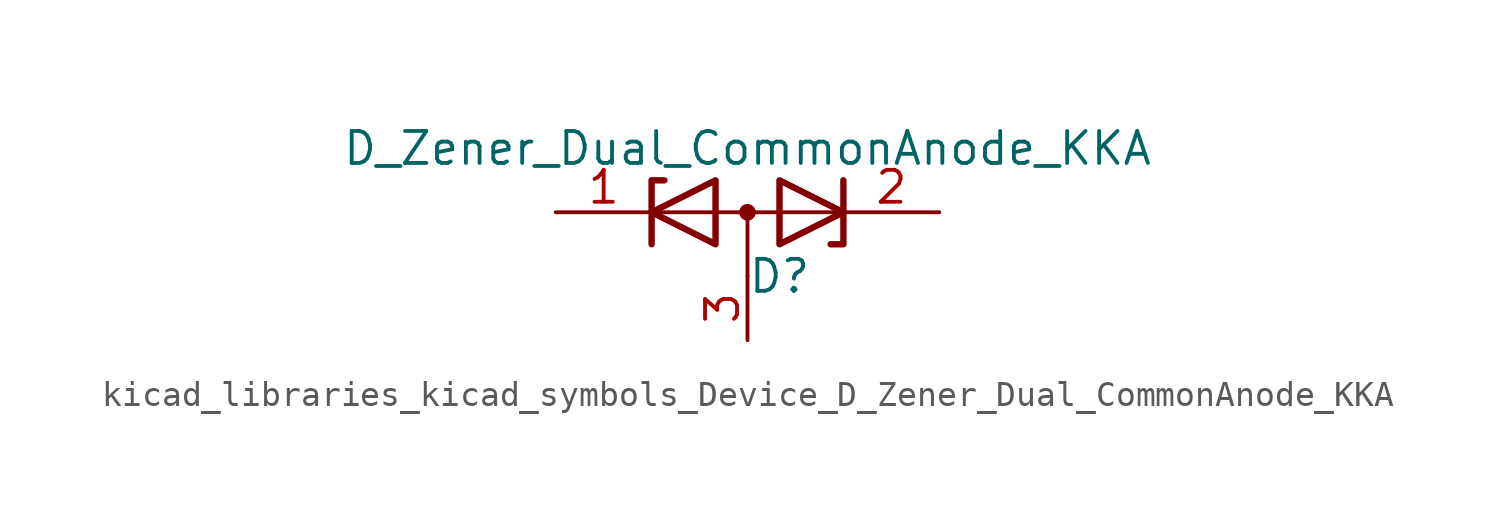
<source format=kicad_sym>
(kicad_symbol_lib
  (version 20220914)
  (generator kicad_symbol_editor)
  (symbol "kicad_libraries_kicad_symbols_Device_D_Zener_Dual_CommonAnode_KKA"
    (pin_names
      (offset 0.762) hide)
    (property "Reference" "D"
      (at 1.27 -2.54 0)
      (effects (font (size 1.27 1.27))))
    (property "Value" "D_Zener_Dual_CommonAnode_KKA"
      (at 0 2.54 0)
      (effects (font (size 1.27 1.27))))
    (symbol "kicad_libraries_kicad_symbols_Device_D_Zener_Dual_CommonAnode_KKA_0_1"
      (polyline (pts (xy -3.556 0) (xy 3.81 0)) (stroke (width 0) (type default)) (fill (type none)))
      (polyline (pts (xy 0 0) (xy 0 -2.54)) (stroke (width 0) (type default)) (fill (type none)))
      (polyline (pts (xy -3.81 -1.27) (xy -3.81 1.27) (xy -3.302 1.27)) (stroke (width 0.254) (type default)) (fill (type none)))
      (polyline (pts (xy 3.302 -1.27) (xy 3.81 -1.27) (xy 3.81 1.27)) (stroke (width 0.254) (type default)) (fill (type none)))
      (polyline (pts (xy -1.27 -1.27) (xy -3.81 0) (xy -1.27 1.27) (xy -1.27 -1.27) (xy -1.27 -1.27) (xy -1.27 -1.27)) (stroke (width 0.254) (type default)) (fill (type none)))
      (polyline (pts (xy 1.27 1.27) (xy 3.81 0) (xy 1.27 -1.27) (xy 1.27 1.27) (xy 1.27 1.27) (xy 1.27 1.27)) (stroke (width 0.254) (type default)) (fill (type none)))
      (circle (center 0 0) (radius 0.254) (stroke (width 0) (type default)) (fill (type outline)))
      (pin passive line (at -7.62 0 0) (length 3.81) (name "K" (effects (font (size 1.27 1.27)))) (number "1" (effects (font (size 1.27 1.27)))))
      (pin passive line (at 7.62 0 180) (length 3.81) (name "K" (effects (font (size 1.27 1.27)))) (number "2" (effects (font (size 1.27 1.27)))))
      (pin passive line (at 0 -5.08 90) (length 2.54) (name "A" (effects (font (size 1.27 1.27)))) (number "3" (effects (font (size 1.27 1.27))))))))
</source>
